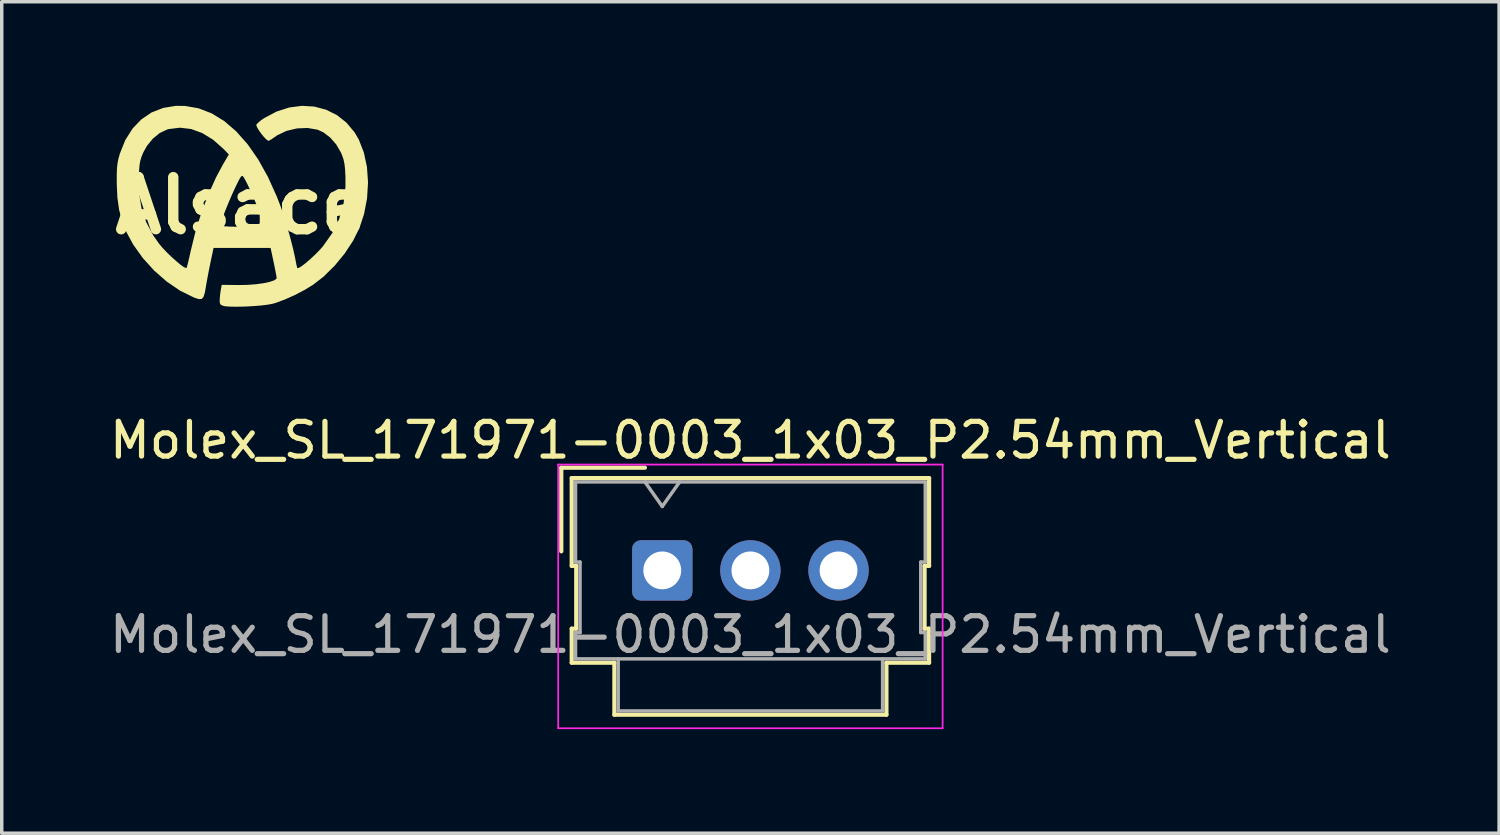
<source format=kicad_pcb>
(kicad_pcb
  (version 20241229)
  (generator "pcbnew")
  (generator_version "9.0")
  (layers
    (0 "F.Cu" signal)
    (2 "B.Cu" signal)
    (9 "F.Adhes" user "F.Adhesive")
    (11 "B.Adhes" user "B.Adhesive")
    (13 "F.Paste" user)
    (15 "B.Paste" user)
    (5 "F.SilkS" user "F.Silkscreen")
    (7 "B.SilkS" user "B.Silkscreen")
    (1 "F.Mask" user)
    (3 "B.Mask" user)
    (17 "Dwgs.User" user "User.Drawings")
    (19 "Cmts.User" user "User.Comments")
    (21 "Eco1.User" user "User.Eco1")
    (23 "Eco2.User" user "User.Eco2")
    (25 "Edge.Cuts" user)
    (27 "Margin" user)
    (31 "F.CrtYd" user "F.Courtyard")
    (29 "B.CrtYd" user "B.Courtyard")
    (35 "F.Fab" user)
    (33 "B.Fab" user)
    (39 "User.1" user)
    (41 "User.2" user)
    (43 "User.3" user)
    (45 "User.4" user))
  (footprint "Alsace"
    (layer "F.Cu")
    (at 3.907 2.877)
    (property "Reference" "Alsace" (at 0 0 0) (layer "F.SilkS") (effects (font (size 1.5 1.5) (thickness 0.3))))
    (attr board_only exclude_from_pos_files exclude_from_bom)
    (fp_poly (pts (xy 2.103 -2.855) (xy 2.441 -2.765) (xy 2.752 -2.611) (xy 3.028 -2.393) (xy 3.261 -2.114) (xy 3.383 -1.907) (xy 3.53 -1.531) (xy 3.619 -1.113) (xy 3.65 -0.669) (xy 3.622 -0.213) (xy 3.536 0.239) (xy 3.404 0.64) (xy 3.221 1.009) (xy 2.977 1.38) (xy 2.687 1.732) (xy 2.368 2.046) (xy 2.069 2.278) (xy 1.824 2.428) (xy 1.541 2.576) (xy 1.25 2.706) (xy 0.984 2.804) (xy 0.914 2.824) (xy 0.774 2.852) (xy 0.58 2.876) (xy 0.353 2.895) (xy 0.114 2.908) (xy -0.116 2.913) (xy -0.316 2.911) (xy -0.465 2.9) (xy -0.508 2.892) (xy -0.591 2.861) (xy -0.623 2.805) (xy -0.626 2.722) (xy -0.615 2.579) (xy -0.595 2.432) (xy -0.594 2.431) (xy -0.566 2.282) (xy -0.07 2.288) (xy 0.179 2.283) (xy 0.418 2.265) (xy 0.633 2.236) (xy 0.813 2.198) (xy 0.943 2.154) (xy 1.01 2.106) (xy 1.016 2.087) (xy 1.008 2.027) (xy 0.986 1.908) (xy 0.954 1.748) (xy 0.929 1.627) (xy 0.842 1.219) (xy 0.02 1.219) (xy -0.802 1.219) (xy -0.888 1.624) (xy -0.932 1.839) (xy -0.975 2.064) (xy -1.011 2.262) (xy -1.021 2.325) (xy -1.055 2.514) (xy -1.092 2.631) (xy -1.144 2.688) (xy -1.221 2.694) (xy -1.334 2.66) (xy -1.365 2.648) (xy -1.763 2.453) (xy -2.151 2.189) (xy -2.515 1.87) (xy -2.843 1.508) (xy -3.121 1.117) (xy -3.312 0.763) (xy -3.438 0.445) (xy -3.524 0.121) (xy -3.574 -0.232) (xy -3.592 -0.637) (xy -3.592 -0.65) (xy -3.592 -0.813) (xy -2.958 -0.813) (xy -2.947 -0.342) (xy -2.877 0.083) (xy -2.743 0.477) (xy -2.542 0.854) (xy -2.376 1.092) (xy -2.277 1.211) (xy -2.153 1.342) (xy -2.016 1.475) (xy -1.878 1.599) (xy -1.754 1.702) (xy -1.654 1.773) (xy -1.593 1.8) (xy -1.582 1.796) (xy -1.565 1.747) (xy -1.536 1.636) (xy -1.499 1.479) (xy -1.464 1.321) (xy -1.329 0.769) (xy -1.267 0.572) (xy -0.61 0.572) (xy -0.571 0.585) (xy -0.463 0.597) (xy -0.297 0.605) (xy -0.086 0.609) (xy 0.02 0.61) (xy 0.248 0.607) (xy 0.436 0.601) (xy 0.571 0.591) (xy 0.642 0.578) (xy 0.65 0.572) (xy 0.634 0.497) (xy 0.59 0.365) (xy 0.524 0.191) (xy 0.444 -0.008) (xy 0.356 -0.216) (xy 0.268 -0.418) (xy 0.184 -0.597) (xy 0.113 -0.738) (xy 0.066 -0.818) (xy 0.038 -0.852) (xy 0.01 -0.857) (xy -0.023 -0.821) (xy -0.072 -0.736) (xy -0.144 -0.591) (xy -0.179 -0.519) (xy -0.261 -0.34) (xy -0.347 -0.141) (xy -0.431 0.061) (xy -0.505 0.25) (xy -0.564 0.41) (xy -0.601 0.525) (xy -0.61 0.572) (xy -1.267 0.572) (xy -1.156 0.215) (xy -0.954 -0.32) (xy -0.731 -0.814) (xy -0.538 -1.175) (xy -0.362 -1.476) (xy -0.516 -1.635) (xy -0.817 -1.901) (xy -1.13 -2.093) (xy -1.45 -2.209) (xy -1.773 -2.247) (xy -2.093 -2.207) (xy -2.148 -2.191) (xy -2.353 -2.093) (xy -2.55 -1.932) (xy -2.72 -1.725) (xy -2.826 -1.536) (xy -2.878 -1.41) (xy -2.914 -1.292) (xy -2.936 -1.161) (xy -2.95 -0.991) (xy -2.958 -0.813) (xy -3.592 -0.813) (xy -3.592 -0.892) (xy -3.586 -1.074) (xy -3.57 -1.221) (xy -3.544 -1.353) (xy -3.504 -1.494) (xy -3.501 -1.504) (xy -3.345 -1.892) (xy -3.138 -2.22) (xy -2.885 -2.485) (xy -2.59 -2.685) (xy -2.256 -2.816) (xy -1.89 -2.876) (xy -1.626 -2.874) (xy -1.235 -2.806) (xy -0.857 -2.66) (xy -0.494 -2.438) (xy -0.149 -2.141) (xy 0.178 -1.772) (xy 0.484 -1.333) (xy 0.766 -0.827) (xy 1.024 -0.254) (xy 1.136 0.036) (xy 1.226 0.302) (xy 1.32 0.608) (xy 1.41 0.929) (xy 1.489 1.238) (xy 1.549 1.508) (xy 1.567 1.605) (xy 1.589 1.716) (xy 1.609 1.789) (xy 1.613 1.799) (xy 1.653 1.795) (xy 1.737 1.744) (xy 1.851 1.657) (xy 1.983 1.543) (xy 2.121 1.415) (xy 2.251 1.283) (xy 2.344 1.179) (xy 2.618 0.794) (xy 2.818 0.384) (xy 2.944 -0.057) (xy 2.999 -0.533) (xy 2.999 -0.832) (xy 2.988 -1.048) (xy 2.97 -1.208) (xy 2.942 -1.338) (xy 2.898 -1.462) (xy 2.866 -1.536) (xy 2.734 -1.763) (xy 2.561 -1.961) (xy 2.366 -2.111) (xy 2.196 -2.189) (xy 1.906 -2.239) (xy 1.6 -2.226) (xy 1.302 -2.155) (xy 1.036 -2.03) (xy 0.955 -1.974) (xy 0.862 -1.909) (xy 0.794 -1.872) (xy 0.781 -1.869) (xy 0.727 -1.9) (xy 0.65 -1.979) (xy 0.565 -2.083) (xy 0.49 -2.192) (xy 0.44 -2.283) (xy 0.43 -2.332) (xy 0.476 -2.386) (xy 0.569 -2.463) (xy 0.656 -2.523) (xy 1.016 -2.713) (xy 1.382 -2.83) (xy 1.748 -2.877)) (stroke (width 0) (type solid)) (fill yes) (layer "F.SilkS")))
  (footprint "Molex_SL_171971-0003_1x03_P2.54mm_Vertical"
    (layer "F.Cu")
    (at 16.037 13.389)
    (property "Reference" "Molex_SL_171971-0003_1x03_P2.54mm_Vertical" (at 2.54 -3.75 0) (layer "F.SilkS") (effects (font (size 1 1) (thickness 0.15))))
    (attr through_hole)
    (fp_line (start -2.91 -2.96) (end -0.5 -2.96) (stroke (width 0.12) (type solid)) (layer "F.SilkS"))
    (fp_line (start -2.91 -0.55) (end -2.91 -2.96) (stroke (width 0.12) (type solid)) (layer "F.SilkS"))
    (fp_line (start -2.61 -2.66) (end -2.61 -0.13) (stroke (width 0.12) (type solid)) (layer "F.SilkS"))
    (fp_line (start -2.61 -0.13) (end -2.48 -0.13) (stroke (width 0.12) (type solid)) (layer "F.SilkS"))
    (fp_line (start -2.61 1.68) (end -2.61 2.66) (stroke (width 0.12) (type solid)) (layer "F.SilkS"))
    (fp_line (start -2.61 2.66) (end -1.38 2.66) (stroke (width 0.12) (type solid)) (layer "F.SilkS"))
    (fp_line (start -2.48 -0.13) (end -2.48 1.68) (stroke (width 0.12) (type solid)) (layer "F.SilkS"))
    (fp_line (start -2.48 1.68) (end -2.61 1.68) (stroke (width 0.12) (type solid)) (layer "F.SilkS"))
    (fp_line (start -1.38 2.66) (end -1.38 4.16) (stroke (width 0.12) (type solid)) (layer "F.SilkS"))
    (fp_line (start -1.38 4.16) (end 6.46 4.16) (stroke (width 0.12) (type solid)) (layer "F.SilkS"))
    (fp_line (start 6.46 2.66) (end 7.69 2.66) (stroke (width 0.12) (type solid)) (layer "F.SilkS"))
    (fp_line (start 6.46 4.16) (end 6.46 2.66) (stroke (width 0.12) (type solid)) (layer "F.SilkS"))
    (fp_line (start 7.56 -0.13) (end 7.69 -0.13) (stroke (width 0.12) (type solid)) (layer "F.SilkS"))
    (fp_line (start 7.56 1.68) (end 7.56 -0.13) (stroke (width 0.12) (type solid)) (layer "F.SilkS"))
    (fp_line (start 7.69 -2.66) (end -2.61 -2.66) (stroke (width 0.12) (type solid)) (layer "F.SilkS"))
    (fp_line (start 7.69 -0.13) (end 7.69 -2.66) (stroke (width 0.12) (type solid)) (layer "F.SilkS"))
    (fp_line (start 7.69 1.68) (end 7.56 1.68) (stroke (width 0.12) (type solid)) (layer "F.SilkS"))
    (fp_line (start 7.69 2.66) (end 7.69 1.68) (stroke (width 0.12) (type solid)) (layer "F.SilkS"))
    (fp_line (start -3 -3.05) (end -3 4.55) (stroke (width 0.05) (type solid)) (layer "F.CrtYd"))
    (fp_line (start -3 4.55) (end 8.08 4.55) (stroke (width 0.05) (type solid)) (layer "F.CrtYd"))
    (fp_line (start 8.08 -3.05) (end -3 -3.05) (stroke (width 0.05) (type solid)) (layer "F.CrtYd"))
    (fp_line (start 8.08 4.55) (end 8.08 -3.05) (stroke (width 0.05) (type solid)) (layer "F.CrtYd"))
    (fp_line (start -2.5 -2.55) (end -2.5 -0.24) (stroke (width 0.1) (type solid)) (layer "F.Fab"))
    (fp_line (start -2.5 -0.24) (end -2.37 -0.24) (stroke (width 0.1) (type solid)) (layer "F.Fab"))
    (fp_line (start -2.5 1.79) (end -2.5 2.55) (stroke (width 0.1) (type solid)) (layer "F.Fab"))
    (fp_line (start -2.5 2.55) (end 7.58 2.55) (stroke (width 0.1) (type solid)) (layer "F.Fab"))
    (fp_line (start -2.37 -0.24) (end -2.37 1.79) (stroke (width 0.1) (type solid)) (layer "F.Fab"))
    (fp_line (start -2.37 1.79) (end -2.5 1.79) (stroke (width 0.1) (type solid)) (layer "F.Fab"))
    (fp_line (start -1.27 2.55) (end -1.27 4.05) (stroke (width 0.1) (type solid)) (layer "F.Fab"))
    (fp_line (start -1.27 4.05) (end 6.35 4.05) (stroke (width 0.1) (type solid)) (layer "F.Fab"))
    (fp_line (start 0 -1.843) (end -0.5 -2.55) (stroke (width 0.1) (type solid)) (layer "F.Fab"))
    (fp_line (start 0.5 -2.55) (end 0 -1.843) (stroke (width 0.1) (type solid)) (layer "F.Fab"))
    (fp_line (start 6.35 4.05) (end 6.35 2.55) (stroke (width 0.1) (type solid)) (layer "F.Fab"))
    (fp_line (start 7.45 -0.24) (end 7.58 -0.24) (stroke (width 0.1) (type solid)) (layer "F.Fab"))
    (fp_line (start 7.45 1.79) (end 7.45 -0.24) (stroke (width 0.1) (type solid)) (layer "F.Fab"))
    (fp_line (start 7.58 -2.55) (end -2.5 -2.55) (stroke (width 0.1) (type solid)) (layer "F.Fab"))
    (fp_line (start 7.58 -0.24) (end 7.58 -2.55) (stroke (width 0.1) (type solid)) (layer "F.Fab"))
    (fp_line (start 7.58 1.79) (end 7.45 1.79) (stroke (width 0.1) (type solid)) (layer "F.Fab"))
    (fp_line (start 7.58 2.55) (end 7.58 1.79) (stroke (width 0.1) (type solid)) (layer "F.Fab"))
    (fp_text user "${REFERENCE}" (at 2.54 1.85 0) (layer "F.Fab") (effects (font (size 1 1) (thickness 0.15))))
    (pad "1" thru_hole roundrect (at 0 0) (size 1.74 1.74) (drill 1.09) (layers "*.Cu" "*.Mask") (roundrect_rratio 0.144))
    (pad "2" thru_hole circle (at 2.54 0) (size 1.74 1.74) (drill 1.09) (layers "*.Cu" "*.Mask"))
    (pad "3" thru_hole circle (at 5.08 0) (size 1.74 1.74) (drill 1.09) (layers "*.Cu" "*.Mask")))
  (gr_rect
    (start -3 -3)
    (end 40.155 20.964)
    (stroke (width 0.1) (type default))
    (fill no)
    (layer "Edge.Cuts")))
</source>
